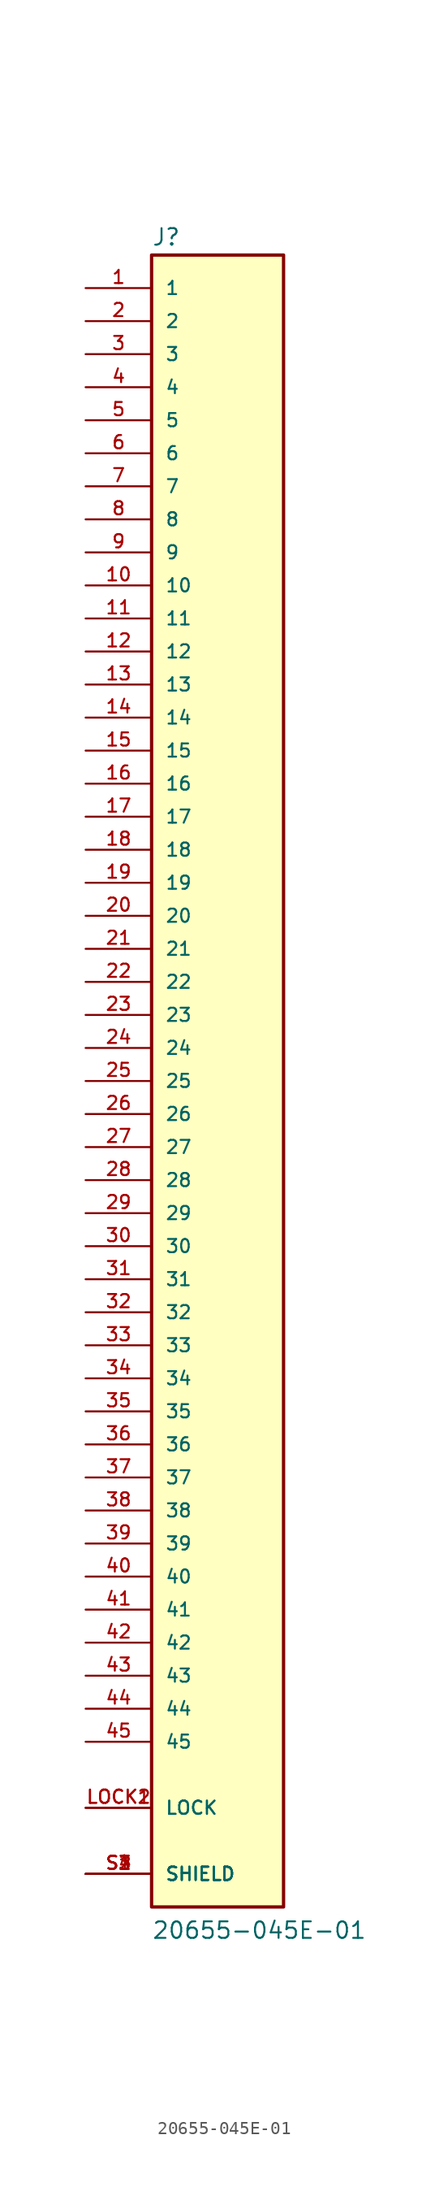
<source format=kicad_sym>
(kicad_symbol_lib
  (version 20211014)
  (generator kicad_symbol_editor)
  (symbol "20655-045E-01"
    (pin_names
      (offset 1.016))
    (property "Reference" "J"
      (at -5.08 64.135 0)
      (effects (font (size 1.27 1.27)) (justify bottom left)))
    (property "Value" "20655-045E-01"
      (at -5.08 -66.04 0)
      (effects (font (size 1.27 1.27)) (justify bottom left)))
    (symbol "20655-045E-01_0_0"
      (rectangle (start -5.08 -63.5) (end 5.08 63.5) (stroke (width 0.254)) (fill (type background)))
      (pin passive line (at -10.16 60.96 0) (length 5.08) (name "1" (effects (font (size 1.016 1.016)))) (number "1" (effects (font (size 1.016 1.016)))))
      (pin passive line (at -10.16 58.42 0) (length 5.08) (name "2" (effects (font (size 1.016 1.016)))) (number "2" (effects (font (size 1.016 1.016)))))
      (pin passive line (at -10.16 55.88 0) (length 5.08) (name "3" (effects (font (size 1.016 1.016)))) (number "3" (effects (font (size 1.016 1.016)))))
      (pin passive line (at -10.16 53.34 0) (length 5.08) (name "4" (effects (font (size 1.016 1.016)))) (number "4" (effects (font (size 1.016 1.016)))))
      (pin passive line (at -10.16 50.8 0) (length 5.08) (name "5" (effects (font (size 1.016 1.016)))) (number "5" (effects (font (size 1.016 1.016)))))
      (pin passive line (at -10.16 48.26 0) (length 5.08) (name "6" (effects (font (size 1.016 1.016)))) (number "6" (effects (font (size 1.016 1.016)))))
      (pin passive line (at -10.16 45.72 0) (length 5.08) (name "7" (effects (font (size 1.016 1.016)))) (number "7" (effects (font (size 1.016 1.016)))))
      (pin passive line (at -10.16 43.18 0) (length 5.08) (name "8" (effects (font (size 1.016 1.016)))) (number "8" (effects (font (size 1.016 1.016)))))
      (pin passive line (at -10.16 40.64 0) (length 5.08) (name "9" (effects (font (size 1.016 1.016)))) (number "9" (effects (font (size 1.016 1.016)))))
      (pin passive line (at -10.16 38.1 0) (length 5.08) (name "10" (effects (font (size 1.016 1.016)))) (number "10" (effects (font (size 1.016 1.016)))))
      (pin passive line (at -10.16 35.56 0) (length 5.08) (name "11" (effects (font (size 1.016 1.016)))) (number "11" (effects (font (size 1.016 1.016)))))
      (pin passive line (at -10.16 -60.96 0) (length 5.08) (name "SHIELD" (effects (font (size 1.016 1.016)))) (number "S1" (effects (font (size 1.016 1.016)))))
      (pin passive line (at -10.16 -60.96 0) (length 5.08) (name "SHIELD" (effects (font (size 1.016 1.016)))) (number "S2" (effects (font (size 1.016 1.016)))))
      (pin passive line (at -10.16 -60.96 0) (length 5.08) (name "SHIELD" (effects (font (size 1.016 1.016)))) (number "S3" (effects (font (size 1.016 1.016)))))
      (pin passive line (at -10.16 -60.96 0) (length 5.08) (name "SHIELD" (effects (font (size 1.016 1.016)))) (number "S4" (effects (font (size 1.016 1.016)))))
      (pin passive line (at -10.16 -55.88 0) (length 5.08) (name "LOCK" (effects (font (size 1.016 1.016)))) (number "LOCK1" (effects (font (size 1.016 1.016)))))
      (pin passive line (at -10.16 -55.88 0) (length 5.08) (name "LOCK" (effects (font (size 1.016 1.016)))) (number "LOCK2" (effects (font (size 1.016 1.016)))))
      (pin passive line (at -10.16 33.02 0) (length 5.08) (name "12" (effects (font (size 1.016 1.016)))) (number "12" (effects (font (size 1.016 1.016)))))
      (pin passive line (at -10.16 30.48 0) (length 5.08) (name "13" (effects (font (size 1.016 1.016)))) (number "13" (effects (font (size 1.016 1.016)))))
      (pin passive line (at -10.16 27.94 0) (length 5.08) (name "14" (effects (font (size 1.016 1.016)))) (number "14" (effects (font (size 1.016 1.016)))))
      (pin passive line (at -10.16 25.4 0) (length 5.08) (name "15" (effects (font (size 1.016 1.016)))) (number "15" (effects (font (size 1.016 1.016)))))
      (pin passive line (at -10.16 22.86 0) (length 5.08) (name "16" (effects (font (size 1.016 1.016)))) (number "16" (effects (font (size 1.016 1.016)))))
      (pin passive line (at -10.16 20.32 0) (length 5.08) (name "17" (effects (font (size 1.016 1.016)))) (number "17" (effects (font (size 1.016 1.016)))))
      (pin passive line (at -10.16 17.78 0) (length 5.08) (name "18" (effects (font (size 1.016 1.016)))) (number "18" (effects (font (size 1.016 1.016)))))
      (pin passive line (at -10.16 15.24 0) (length 5.08) (name "19" (effects (font (size 1.016 1.016)))) (number "19" (effects (font (size 1.016 1.016)))))
      (pin passive line (at -10.16 12.7 0) (length 5.08) (name "20" (effects (font (size 1.016 1.016)))) (number "20" (effects (font (size 1.016 1.016)))))
      (pin passive line (at -10.16 10.16 0) (length 5.08) (name "21" (effects (font (size 1.016 1.016)))) (number "21" (effects (font (size 1.016 1.016)))))
      (pin passive line (at -10.16 7.62 0) (length 5.08) (name "22" (effects (font (size 1.016 1.016)))) (number "22" (effects (font (size 1.016 1.016)))))
      (pin passive line (at -10.16 5.08 0) (length 5.08) (name "23" (effects (font (size 1.016 1.016)))) (number "23" (effects (font (size 1.016 1.016)))))
      (pin passive line (at -10.16 2.54 0) (length 5.08) (name "24" (effects (font (size 1.016 1.016)))) (number "24" (effects (font (size 1.016 1.016)))))
      (pin passive line (at -10.16 0.0 0) (length 5.08) (name "25" (effects (font (size 1.016 1.016)))) (number "25" (effects (font (size 1.016 1.016)))))
      (pin passive line (at -10.16 -2.54 0) (length 5.08) (name "26" (effects (font (size 1.016 1.016)))) (number "26" (effects (font (size 1.016 1.016)))))
      (pin passive line (at -10.16 -5.08 0) (length 5.08) (name "27" (effects (font (size 1.016 1.016)))) (number "27" (effects (font (size 1.016 1.016)))))
      (pin passive line (at -10.16 -7.62 0) (length 5.08) (name "28" (effects (font (size 1.016 1.016)))) (number "28" (effects (font (size 1.016 1.016)))))
      (pin passive line (at -10.16 -10.16 0) (length 5.08) (name "29" (effects (font (size 1.016 1.016)))) (number "29" (effects (font (size 1.016 1.016)))))
      (pin passive line (at -10.16 -12.7 0) (length 5.08) (name "30" (effects (font (size 1.016 1.016)))) (number "30" (effects (font (size 1.016 1.016)))))
      (pin passive line (at -10.16 -15.24 0) (length 5.08) (name "31" (effects (font (size 1.016 1.016)))) (number "31" (effects (font (size 1.016 1.016)))))
      (pin passive line (at -10.16 -17.78 0) (length 5.08) (name "32" (effects (font (size 1.016 1.016)))) (number "32" (effects (font (size 1.016 1.016)))))
      (pin passive line (at -10.16 -20.32 0) (length 5.08) (name "33" (effects (font (size 1.016 1.016)))) (number "33" (effects (font (size 1.016 1.016)))))
      (pin passive line (at -10.16 -22.86 0) (length 5.08) (name "34" (effects (font (size 1.016 1.016)))) (number "34" (effects (font (size 1.016 1.016)))))
      (pin passive line (at -10.16 -25.4 0) (length 5.08) (name "35" (effects (font (size 1.016 1.016)))) (number "35" (effects (font (size 1.016 1.016)))))
      (pin passive line (at -10.16 -27.94 0) (length 5.08) (name "36" (effects (font (size 1.016 1.016)))) (number "36" (effects (font (size 1.016 1.016)))))
      (pin passive line (at -10.16 -30.48 0) (length 5.08) (name "37" (effects (font (size 1.016 1.016)))) (number "37" (effects (font (size 1.016 1.016)))))
      (pin passive line (at -10.16 -33.02 0) (length 5.08) (name "38" (effects (font (size 1.016 1.016)))) (number "38" (effects (font (size 1.016 1.016)))))
      (pin passive line (at -10.16 -35.56 0) (length 5.08) (name "39" (effects (font (size 1.016 1.016)))) (number "39" (effects (font (size 1.016 1.016)))))
      (pin passive line (at -10.16 -38.1 0) (length 5.08) (name "40" (effects (font (size 1.016 1.016)))) (number "40" (effects (font (size 1.016 1.016)))))
      (pin passive line (at -10.16 -40.64 0) (length 5.08) (name "41" (effects (font (size 1.016 1.016)))) (number "41" (effects (font (size 1.016 1.016)))))
      (pin passive line (at -10.16 -43.18 0) (length 5.08) (name "42" (effects (font (size 1.016 1.016)))) (number "42" (effects (font (size 1.016 1.016)))))
      (pin passive line (at -10.16 -45.72 0) (length 5.08) (name "43" (effects (font (size 1.016 1.016)))) (number "43" (effects (font (size 1.016 1.016)))))
      (pin passive line (at -10.16 -48.26 0) (length 5.08) (name "44" (effects (font (size 1.016 1.016)))) (number "44" (effects (font (size 1.016 1.016)))))
      (pin passive line (at -10.16 -50.8 0) (length 5.08) (name "45" (effects (font (size 1.016 1.016)))) (number "45" (effects (font (size 1.016 1.016))))))))
</source>
